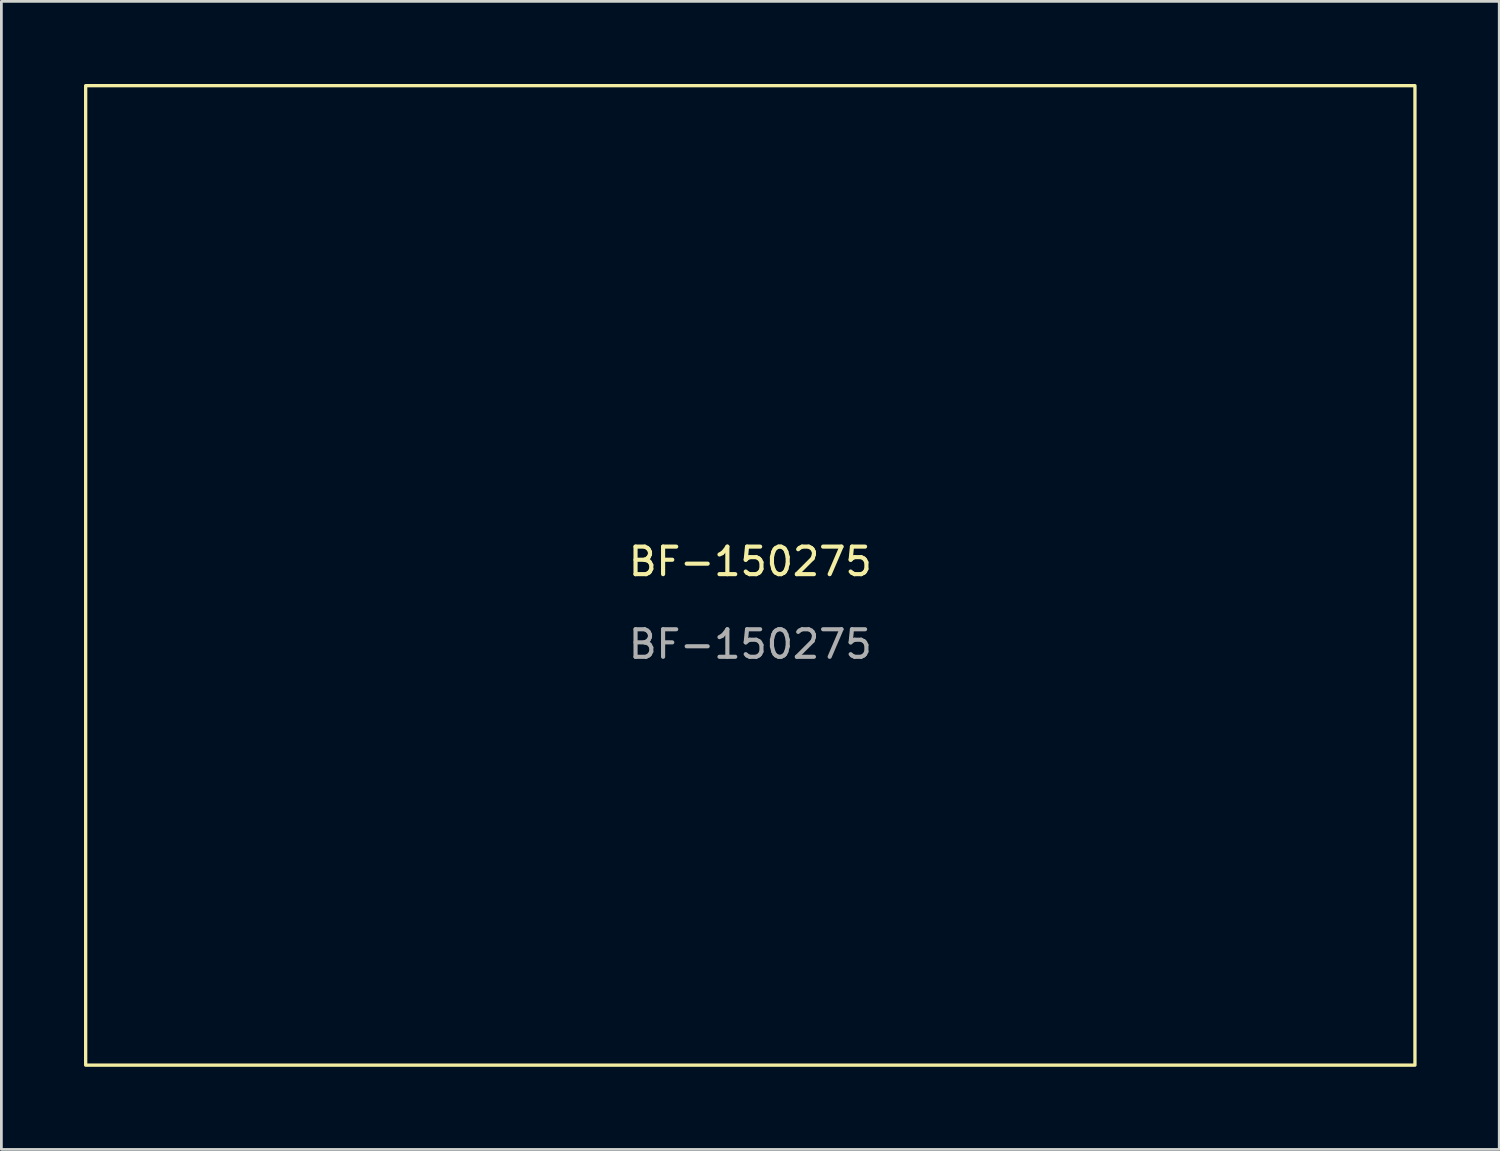
<source format=kicad_pcb>
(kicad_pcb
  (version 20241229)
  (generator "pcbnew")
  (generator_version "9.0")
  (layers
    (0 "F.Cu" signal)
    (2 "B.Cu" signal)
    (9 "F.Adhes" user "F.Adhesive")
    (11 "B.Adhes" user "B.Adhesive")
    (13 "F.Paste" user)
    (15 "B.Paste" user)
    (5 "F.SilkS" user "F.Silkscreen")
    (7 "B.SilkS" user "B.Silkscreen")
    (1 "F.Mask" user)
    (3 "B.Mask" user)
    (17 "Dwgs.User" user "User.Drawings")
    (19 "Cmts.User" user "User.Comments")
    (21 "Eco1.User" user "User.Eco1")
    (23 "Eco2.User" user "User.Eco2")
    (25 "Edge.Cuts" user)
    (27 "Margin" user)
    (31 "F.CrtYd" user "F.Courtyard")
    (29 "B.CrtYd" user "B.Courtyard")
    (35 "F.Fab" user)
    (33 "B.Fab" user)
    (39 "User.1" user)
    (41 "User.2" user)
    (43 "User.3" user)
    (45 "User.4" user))
  (footprint "BF-150275"
    (layer "F.Cu")
    (at 24.19 17.84)
    (property "Reference" "BF-150275" (at 0 -0.5 0) (unlocked yes) (layer "F.SilkS") (effects (font (size 1 1) (thickness 0.15))))
    (attr smd)
    (fp_rect (start -24.13 -17.78) (end 24.13 17.78) (stroke (width 0.12) (type solid)) (fill no) (layer "F.SilkS"))
    (fp_text user "${REFERENCE}" (at 0 2.5 0) (unlocked yes) (layer "F.Fab") (effects (font (size 1 1) (thickness 0.15)))))
  (gr_rect
    (start -3 -3)
    (end 51.38 38.68)
    (stroke (width 0.1) (type default))
    (fill no)
    (layer "Edge.Cuts")))
</source>
